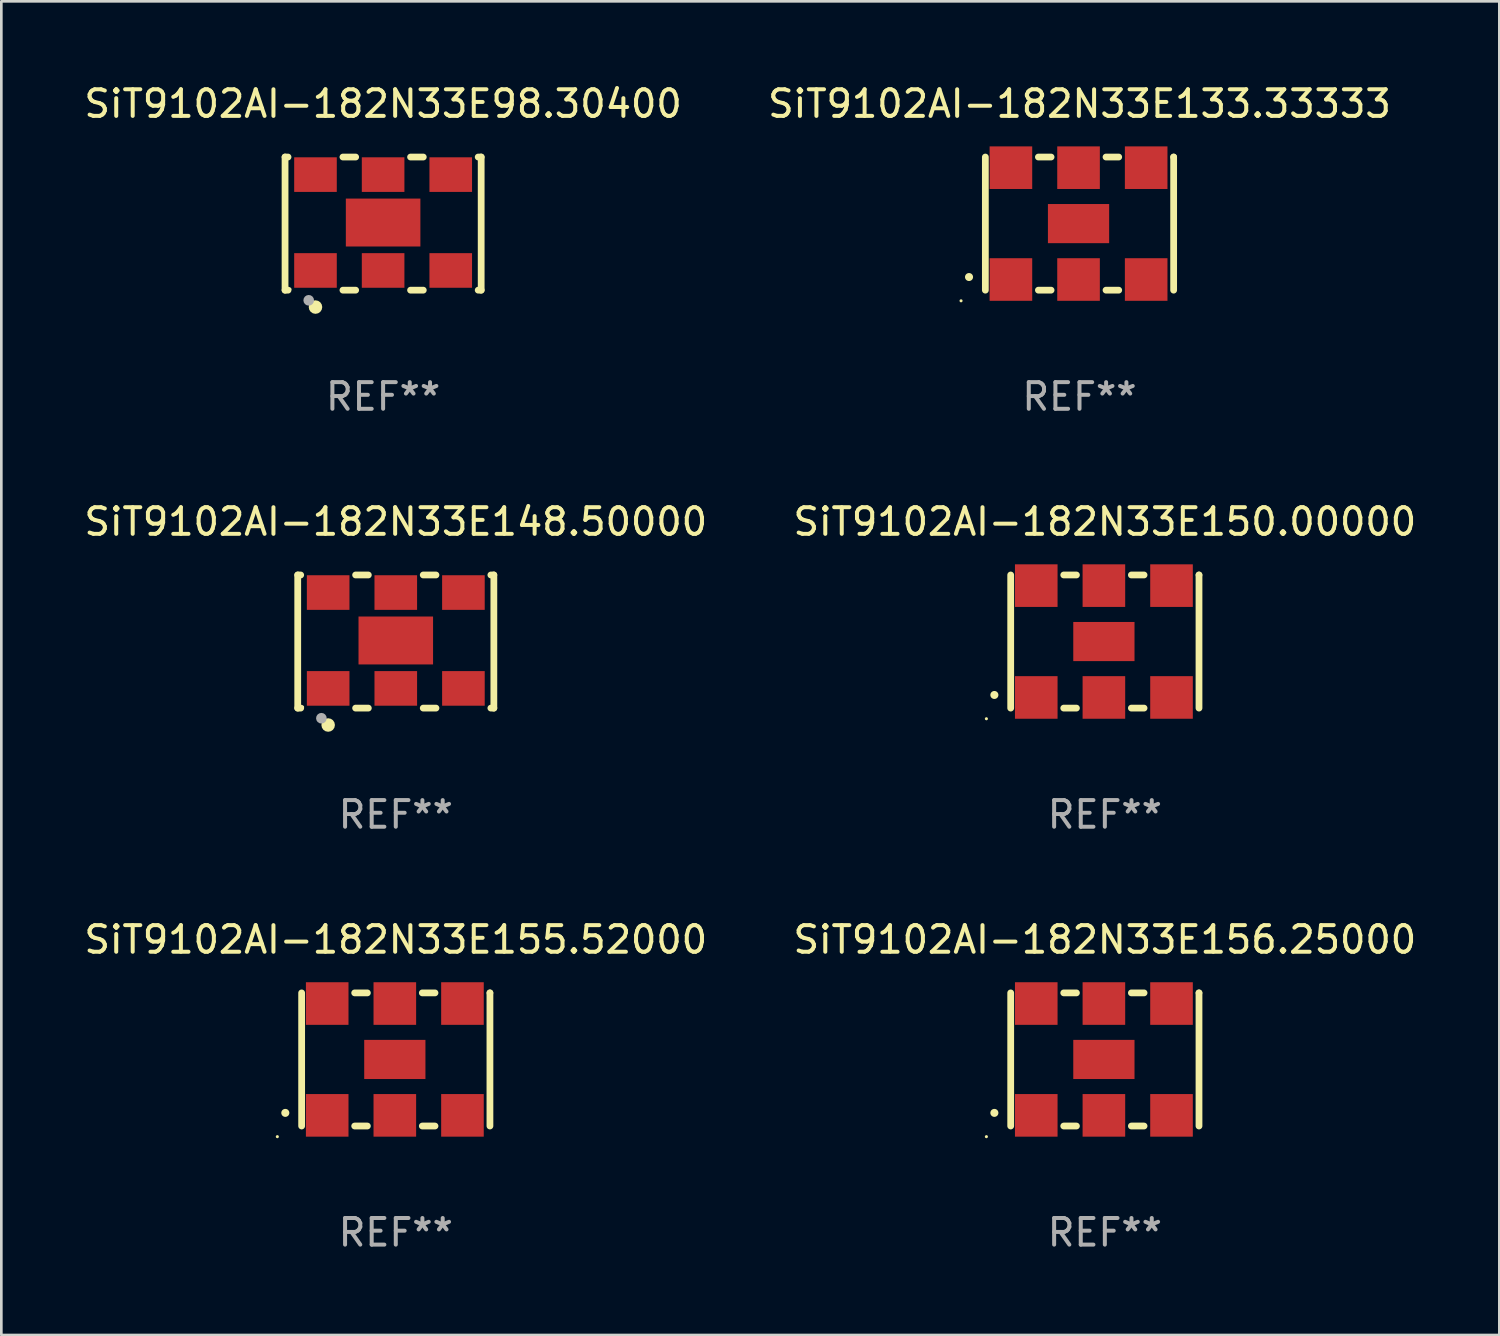
<source format=kicad_pcb>
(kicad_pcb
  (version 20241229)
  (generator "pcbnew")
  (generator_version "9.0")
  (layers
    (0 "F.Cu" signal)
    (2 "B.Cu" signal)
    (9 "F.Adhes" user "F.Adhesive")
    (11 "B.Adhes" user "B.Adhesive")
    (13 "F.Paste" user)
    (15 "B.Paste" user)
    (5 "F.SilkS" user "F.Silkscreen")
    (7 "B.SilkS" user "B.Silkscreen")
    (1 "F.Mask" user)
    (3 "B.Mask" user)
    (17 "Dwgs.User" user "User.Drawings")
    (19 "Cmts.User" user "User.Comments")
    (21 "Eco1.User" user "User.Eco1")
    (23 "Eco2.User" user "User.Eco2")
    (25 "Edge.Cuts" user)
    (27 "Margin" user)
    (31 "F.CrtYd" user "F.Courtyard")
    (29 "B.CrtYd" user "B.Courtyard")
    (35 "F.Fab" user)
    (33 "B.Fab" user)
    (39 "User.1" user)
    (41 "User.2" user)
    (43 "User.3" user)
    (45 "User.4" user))
  (footprint "SiT9102AI-182N33E150.00000"
    (layer "F.Cu")
    (at 38.446 21.045)
    (property "Reference" "SiT9102AI-182N33E150.00000" (at 0 -4.5 0) (layer "F.SilkS") (effects (font (size 1 1) (thickness 0.15))))
    (attr through_hole)
    (fp_line (start -3.536 -2.5) (end -3.536 2.5) (stroke (width 0.254) (type solid)) (layer "F.SilkS"))
    (fp_line (start -1.544 2.5) (end -1.067 2.5) (stroke (width 0.254) (type solid)) (layer "F.SilkS"))
    (fp_line (start -1.067 -2.5) (end -1.544 -2.5) (stroke (width 0.254) (type solid)) (layer "F.SilkS"))
    (fp_line (start 0.996 2.5) (end 1.473 2.5) (stroke (width 0.254) (type solid)) (layer "F.SilkS"))
    (fp_line (start 1.473 -2.5) (end 0.996 -2.5) (stroke (width 0.254) (type solid)) (layer "F.SilkS"))
    (fp_line (start 3.536 -2.5) (end 3.536 -2.5) (stroke (width 0.254) (type solid)) (layer "F.SilkS"))
    (fp_line (start 3.536 2.5) (end 3.536 -2.5) (stroke (width 0.254) (type solid)) (layer "F.SilkS"))
    (fp_arc (start -4.150432 2.006604) (mid -4.149162 2.006599) (end -4.147892 2.006604) (stroke (width 0.3) (type solid)) (layer "F.SilkS"))
    (fp_circle (center -4.449 2.9) (end -4.419 2.9) (stroke (width 0.06) (type solid)) (fill no) (layer "F.SilkS"))
    (fp_text user "REF**" (at 0 6.5 0) (layer "F.Fab") (effects (font (size 1 1) (thickness 0.15))))
    (pad "1" smd rect (at -2.576 2.1) (size 1.6 1.6) (layers "F.Cu" "F.Mask" "F.Paste"))
    (pad "2" smd rect (at -0.036 2.1) (size 1.6 1.6) (layers "F.Cu" "F.Mask" "F.Paste"))
    (pad "3" smd rect (at 2.504 2.1) (size 1.6 1.6) (layers "F.Cu" "F.Mask" "F.Paste"))
    (pad "4" smd rect (at 2.504 -2.1) (size 1.6 1.6) (layers "F.Cu" "F.Mask" "F.Paste"))
    (pad "5" smd rect (at -0.036 -2.1) (size 1.6 1.6) (layers "F.Cu" "F.Mask" "F.Paste"))
    (pad "6" smd rect (at -2.576 -2.1) (size 1.6 1.6) (layers "F.Cu" "F.Mask" "F.Paste"))
    (pad "7" smd rect (at -0.036 0) (size 2.3 1.47) (layers "F.Cu" "F.Mask" "F.Paste")))
  (footprint "SiT9102AI-182N33E148.50000"
    (layer "F.Cu")
    (at 11.815 21.045)
    (property "Reference" "SiT9102AI-182N33E148.50000" (at 0 -4.5 0) (layer "F.SilkS") (effects (font (size 1 1) (thickness 0.15))))
    (attr through_hole)
    (fp_line (start -3.683 -2.5) (end -3.571 -2.5) (stroke (width 0.254) (type solid)) (layer "F.SilkS"))
    (fp_line (start -3.683 2.5) (end -3.683 -2.5) (stroke (width 0.254) (type solid)) (layer "F.SilkS"))
    (fp_line (start -3.683 2.5) (end -3.571 2.5) (stroke (width 0.254) (type solid)) (layer "F.SilkS"))
    (fp_line (start -1.509 -2.5) (end -1.031 -2.5) (stroke (width 0.254) (type solid)) (layer "F.SilkS"))
    (fp_line (start -1.509 2.5) (end -1.031 2.5) (stroke (width 0.254) (type solid)) (layer "F.SilkS"))
    (fp_line (start 1.031 -2.5) (end 1.509 -2.5) (stroke (width 0.254) (type solid)) (layer "F.SilkS"))
    (fp_line (start 1.031 2.5) (end 1.509 2.5) (stroke (width 0.254) (type solid)) (layer "F.SilkS"))
    (fp_line (start 3.571 -2.5) (end 3.683 -2.5) (stroke (width 0.254) (type solid)) (layer "F.SilkS"))
    (fp_line (start 3.571 2.5) (end 3.683 2.5) (stroke (width 0.254) (type solid)) (layer "F.SilkS"))
    (fp_line (start 3.683 2.5) (end 3.683 -2.5) (stroke (width 0.254) (type solid)) (layer "F.SilkS"))
    (fp_circle (center -3.5 2.46) (end -3.47 2.46) (stroke (width 0.06) (type solid)) (fill no) (layer "F.SilkS"))
    (fp_circle (center -2.54 3.135) (end -2.413 3.135) (stroke (width 0.254) (type solid)) (fill no) (layer "F.SilkS"))
    (fp_circle (center -2.794 2.881) (end -2.694 2.881) (stroke (width 0.2) (type solid)) (fill no) (layer "F.Fab"))
    (fp_text user "REF**" (at 0 6.5 0) (layer "F.Fab") (effects (font (size 1 1) (thickness 0.15))))
    (pad "1" smd rect (at -2.54 1.76) (size 1.6 1.3) (layers "F.Cu" "F.Mask" "F.Paste"))
    (pad "2" smd rect (at 0 1.76) (size 1.6 1.3) (layers "F.Cu" "F.Mask" "F.Paste"))
    (pad "3" smd rect (at 2.54 1.76) (size 1.6 1.3) (layers "F.Cu" "F.Mask" "F.Paste"))
    (pad "4" smd rect (at 2.54 -1.84) (size 1.6 1.3) (layers "F.Cu" "F.Mask" "F.Paste"))
    (pad "5" smd rect (at 0 -1.84) (size 1.6 1.3) (layers "F.Cu" "F.Mask" "F.Paste"))
    (pad "6" smd rect (at -2.54 -1.84) (size 1.6 1.3) (layers "F.Cu" "F.Mask" "F.Paste"))
    (pad "7" smd rect (at 0 -0.04) (size 2.8 1.8) (layers "F.Cu" "F.Mask" "F.Paste")))
  (footprint "SiT9102AI-182N33E133.33333"
    (layer "F.Cu")
    (at 37.494 5.348)
    (property "Reference" "SiT9102AI-182N33E133.33333" (at 0 -4.5 0) (layer "F.SilkS") (effects (font (size 1 1) (thickness 0.15))))
    (attr through_hole)
    (fp_line (start -3.536 -2.5) (end -3.536 2.5) (stroke (width 0.254) (type solid)) (layer "F.SilkS"))
    (fp_line (start -1.544 2.5) (end -1.067 2.5) (stroke (width 0.254) (type solid)) (layer "F.SilkS"))
    (fp_line (start -1.067 -2.5) (end -1.544 -2.5) (stroke (width 0.254) (type solid)) (layer "F.SilkS"))
    (fp_line (start 0.996 2.5) (end 1.473 2.5) (stroke (width 0.254) (type solid)) (layer "F.SilkS"))
    (fp_line (start 1.473 -2.5) (end 0.996 -2.5) (stroke (width 0.254) (type solid)) (layer "F.SilkS"))
    (fp_line (start 3.536 -2.5) (end 3.536 -2.5) (stroke (width 0.254) (type solid)) (layer "F.SilkS"))
    (fp_line (start 3.536 2.5) (end 3.536 -2.5) (stroke (width 0.254) (type solid)) (layer "F.SilkS"))
    (fp_arc (start -4.150432 2.006604) (mid -4.149162 2.006599) (end -4.147892 2.006604) (stroke (width 0.3) (type solid)) (layer "F.SilkS"))
    (fp_circle (center -4.449 2.9) (end -4.419 2.9) (stroke (width 0.06) (type solid)) (fill no) (layer "F.SilkS"))
    (fp_text user "REF**" (at 0 6.5 0) (layer "F.Fab") (effects (font (size 1 1) (thickness 0.15))))
    (pad "1" smd rect (at -2.576 2.1) (size 1.6 1.6) (layers "F.Cu" "F.Mask" "F.Paste"))
    (pad "2" smd rect (at -0.036 2.1) (size 1.6 1.6) (layers "F.Cu" "F.Mask" "F.Paste"))
    (pad "3" smd rect (at 2.504 2.1) (size 1.6 1.6) (layers "F.Cu" "F.Mask" "F.Paste"))
    (pad "4" smd rect (at 2.504 -2.1) (size 1.6 1.6) (layers "F.Cu" "F.Mask" "F.Paste"))
    (pad "5" smd rect (at -0.036 -2.1) (size 1.6 1.6) (layers "F.Cu" "F.Mask" "F.Paste"))
    (pad "6" smd rect (at -2.576 -2.1) (size 1.6 1.6) (layers "F.Cu" "F.Mask" "F.Paste"))
    (pad "7" smd rect (at -0.036 0) (size 2.3 1.47) (layers "F.Cu" "F.Mask" "F.Paste")))
  (footprint "SiT9102AI-182N33E156.25000"
    (layer "F.Cu")
    (at 38.446 36.741)
    (property "Reference" "SiT9102AI-182N33E156.25000" (at 0 -4.5 0) (layer "F.SilkS") (effects (font (size 1 1) (thickness 0.15))))
    (attr through_hole)
    (fp_line (start -3.536 -2.5) (end -3.536 2.5) (stroke (width 0.254) (type solid)) (layer "F.SilkS"))
    (fp_line (start -1.544 2.5) (end -1.067 2.5) (stroke (width 0.254) (type solid)) (layer "F.SilkS"))
    (fp_line (start -1.067 -2.5) (end -1.544 -2.5) (stroke (width 0.254) (type solid)) (layer "F.SilkS"))
    (fp_line (start 0.996 2.5) (end 1.473 2.5) (stroke (width 0.254) (type solid)) (layer "F.SilkS"))
    (fp_line (start 1.473 -2.5) (end 0.996 -2.5) (stroke (width 0.254) (type solid)) (layer "F.SilkS"))
    (fp_line (start 3.536 -2.5) (end 3.536 -2.5) (stroke (width 0.254) (type solid)) (layer "F.SilkS"))
    (fp_line (start 3.536 2.5) (end 3.536 -2.5) (stroke (width 0.254) (type solid)) (layer "F.SilkS"))
    (fp_arc (start -4.150432 2.006604) (mid -4.149162 2.006599) (end -4.147892 2.006604) (stroke (width 0.3) (type solid)) (layer "F.SilkS"))
    (fp_circle (center -4.449 2.9) (end -4.419 2.9) (stroke (width 0.06) (type solid)) (fill no) (layer "F.SilkS"))
    (fp_text user "REF**" (at 0 6.5 0) (layer "F.Fab") (effects (font (size 1 1) (thickness 0.15))))
    (pad "1" smd rect (at -2.576 2.1) (size 1.6 1.6) (layers "F.Cu" "F.Mask" "F.Paste"))
    (pad "2" smd rect (at -0.036 2.1) (size 1.6 1.6) (layers "F.Cu" "F.Mask" "F.Paste"))
    (pad "3" smd rect (at 2.504 2.1) (size 1.6 1.6) (layers "F.Cu" "F.Mask" "F.Paste"))
    (pad "4" smd rect (at 2.504 -2.1) (size 1.6 1.6) (layers "F.Cu" "F.Mask" "F.Paste"))
    (pad "5" smd rect (at -0.036 -2.1) (size 1.6 1.6) (layers "F.Cu" "F.Mask" "F.Paste"))
    (pad "6" smd rect (at -2.576 -2.1) (size 1.6 1.6) (layers "F.Cu" "F.Mask" "F.Paste"))
    (pad "7" smd rect (at -0.036 0) (size 2.3 1.47) (layers "F.Cu" "F.Mask" "F.Paste")))
  (footprint "SiT9102AI-182N33E155.52000"
    (layer "F.Cu")
    (at 11.815 36.741)
    (property "Reference" "SiT9102AI-182N33E155.52000" (at 0 -4.5 0) (layer "F.SilkS") (effects (font (size 1 1) (thickness 0.15))))
    (attr through_hole)
    (fp_line (start -3.536 -2.5) (end -3.536 2.5) (stroke (width 0.254) (type solid)) (layer "F.SilkS"))
    (fp_line (start -1.544 2.5) (end -1.067 2.5) (stroke (width 0.254) (type solid)) (layer "F.SilkS"))
    (fp_line (start -1.067 -2.5) (end -1.544 -2.5) (stroke (width 0.254) (type solid)) (layer "F.SilkS"))
    (fp_line (start 0.996 2.5) (end 1.473 2.5) (stroke (width 0.254) (type solid)) (layer "F.SilkS"))
    (fp_line (start 1.473 -2.5) (end 0.996 -2.5) (stroke (width 0.254) (type solid)) (layer "F.SilkS"))
    (fp_line (start 3.536 -2.5) (end 3.536 -2.5) (stroke (width 0.254) (type solid)) (layer "F.SilkS"))
    (fp_line (start 3.536 2.5) (end 3.536 -2.5) (stroke (width 0.254) (type solid)) (layer "F.SilkS"))
    (fp_arc (start -4.150432 2.006604) (mid -4.149162 2.006599) (end -4.147892 2.006604) (stroke (width 0.3) (type solid)) (layer "F.SilkS"))
    (fp_circle (center -4.449 2.9) (end -4.419 2.9) (stroke (width 0.06) (type solid)) (fill no) (layer "F.SilkS"))
    (fp_text user "REF**" (at 0 6.5 0) (layer "F.Fab") (effects (font (size 1 1) (thickness 0.15))))
    (pad "1" smd rect (at -2.576 2.1) (size 1.6 1.6) (layers "F.Cu" "F.Mask" "F.Paste"))
    (pad "2" smd rect (at -0.036 2.1) (size 1.6 1.6) (layers "F.Cu" "F.Mask" "F.Paste"))
    (pad "3" smd rect (at 2.504 2.1) (size 1.6 1.6) (layers "F.Cu" "F.Mask" "F.Paste"))
    (pad "4" smd rect (at 2.504 -2.1) (size 1.6 1.6) (layers "F.Cu" "F.Mask" "F.Paste"))
    (pad "5" smd rect (at -0.036 -2.1) (size 1.6 1.6) (layers "F.Cu" "F.Mask" "F.Paste"))
    (pad "6" smd rect (at -2.576 -2.1) (size 1.6 1.6) (layers "F.Cu" "F.Mask" "F.Paste"))
    (pad "7" smd rect (at -0.036 0) (size 2.3 1.47) (layers "F.Cu" "F.Mask" "F.Paste")))
  (footprint "SiT9102AI-182N33E98.30400"
    (layer "F.Cu")
    (at 11.339 5.348)
    (property "Reference" "SiT9102AI-182N33E98.30400" (at 0 -4.5 0) (layer "F.SilkS") (effects (font (size 1 1) (thickness 0.15))))
    (attr through_hole)
    (fp_line (start -3.683 -2.5) (end -3.571 -2.5) (stroke (width 0.254) (type solid)) (layer "F.SilkS"))
    (fp_line (start -3.683 2.5) (end -3.683 -2.5) (stroke (width 0.254) (type solid)) (layer "F.SilkS"))
    (fp_line (start -3.683 2.5) (end -3.571 2.5) (stroke (width 0.254) (type solid)) (layer "F.SilkS"))
    (fp_line (start -1.509 -2.5) (end -1.031 -2.5) (stroke (width 0.254) (type solid)) (layer "F.SilkS"))
    (fp_line (start -1.509 2.5) (end -1.031 2.5) (stroke (width 0.254) (type solid)) (layer "F.SilkS"))
    (fp_line (start 1.031 -2.5) (end 1.509 -2.5) (stroke (width 0.254) (type solid)) (layer "F.SilkS"))
    (fp_line (start 1.031 2.5) (end 1.509 2.5) (stroke (width 0.254) (type solid)) (layer "F.SilkS"))
    (fp_line (start 3.571 -2.5) (end 3.683 -2.5) (stroke (width 0.254) (type solid)) (layer "F.SilkS"))
    (fp_line (start 3.571 2.5) (end 3.683 2.5) (stroke (width 0.254) (type solid)) (layer "F.SilkS"))
    (fp_line (start 3.683 2.5) (end 3.683 -2.5) (stroke (width 0.254) (type solid)) (layer "F.SilkS"))
    (fp_circle (center -3.5 2.46) (end -3.47 2.46) (stroke (width 0.06) (type solid)) (fill no) (layer "F.SilkS"))
    (fp_circle (center -2.54 3.135) (end -2.413 3.135) (stroke (width 0.254) (type solid)) (fill no) (layer "F.SilkS"))
    (fp_circle (center -2.794 2.881) (end -2.694 2.881) (stroke (width 0.2) (type solid)) (fill no) (layer "F.Fab"))
    (fp_text user "REF**" (at 0 6.5 0) (layer "F.Fab") (effects (font (size 1 1) (thickness 0.15))))
    (pad "1" smd rect (at -2.54 1.76) (size 1.6 1.3) (layers "F.Cu" "F.Mask" "F.Paste"))
    (pad "2" smd rect (at 0 1.76) (size 1.6 1.3) (layers "F.Cu" "F.Mask" "F.Paste"))
    (pad "3" smd rect (at 2.54 1.76) (size 1.6 1.3) (layers "F.Cu" "F.Mask" "F.Paste"))
    (pad "4" smd rect (at 2.54 -1.84) (size 1.6 1.3) (layers "F.Cu" "F.Mask" "F.Paste"))
    (pad "5" smd rect (at 0 -1.84) (size 1.6 1.3) (layers "F.Cu" "F.Mask" "F.Paste"))
    (pad "6" smd rect (at -2.54 -1.84) (size 1.6 1.3) (layers "F.Cu" "F.Mask" "F.Paste"))
    (pad "7" smd rect (at 0 -0.04) (size 2.8 1.8) (layers "F.Cu" "F.Mask" "F.Paste")))
  (gr_rect
    (start -3 -3)
    (end 53.262 47.09)
    (stroke (width 0.1) (type default))
    (fill no)
    (layer "Edge.Cuts")))
</source>
